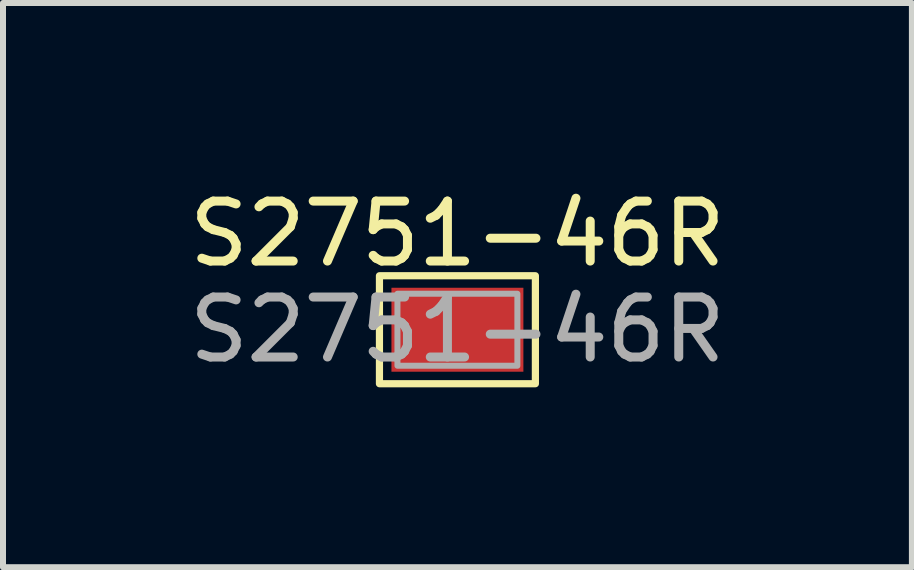
<source format=kicad_pcb>
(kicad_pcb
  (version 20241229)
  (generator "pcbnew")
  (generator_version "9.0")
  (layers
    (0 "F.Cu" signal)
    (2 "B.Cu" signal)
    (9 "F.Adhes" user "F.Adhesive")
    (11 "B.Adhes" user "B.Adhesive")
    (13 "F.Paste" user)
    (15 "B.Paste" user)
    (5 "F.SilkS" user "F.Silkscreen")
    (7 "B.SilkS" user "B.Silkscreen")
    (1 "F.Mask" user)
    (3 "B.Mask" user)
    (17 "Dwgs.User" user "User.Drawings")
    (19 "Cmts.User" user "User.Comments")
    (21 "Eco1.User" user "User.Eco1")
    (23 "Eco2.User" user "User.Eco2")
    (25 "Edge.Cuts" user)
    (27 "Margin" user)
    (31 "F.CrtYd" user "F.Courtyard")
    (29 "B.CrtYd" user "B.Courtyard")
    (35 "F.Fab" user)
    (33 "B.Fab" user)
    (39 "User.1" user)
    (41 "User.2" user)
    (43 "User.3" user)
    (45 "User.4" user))
  (footprint "S2751-46R"
    (layer "F.Cu")
    (at 4.577 2.448)
    (property "Reference" "S2751-46R" (at 0 -1.6 0) (unlocked yes) (layer "F.SilkS") (effects (font (size 1 1) (thickness 0.15))))
    (attr smd)
    (fp_rect (start -1.3 -0.9) (end 1.3 0.9) (stroke (width 0.12) (type default)) (fill no) (layer "F.SilkS"))
    (fp_rect (start -1 -0.6) (end 1 0.6) (stroke (width 0.1) (type default)) (fill no) (layer "F.Fab"))
    (fp_text user "${REFERENCE}" (at 0 0 0) (unlocked yes) (layer "F.Fab") (effects (font (size 1 1) (thickness 0.15))))
    (pad "1" smd rect (at 0 0) (size 2.2 1.4) (layers "F.Cu" "F.Mask" "F.Paste")))
  (gr_rect
    (start -3 -3)
    (end 12.155 6.408)
    (stroke (width 0.1) (type default))
    (fill no)
    (layer "Edge.Cuts")))
</source>
